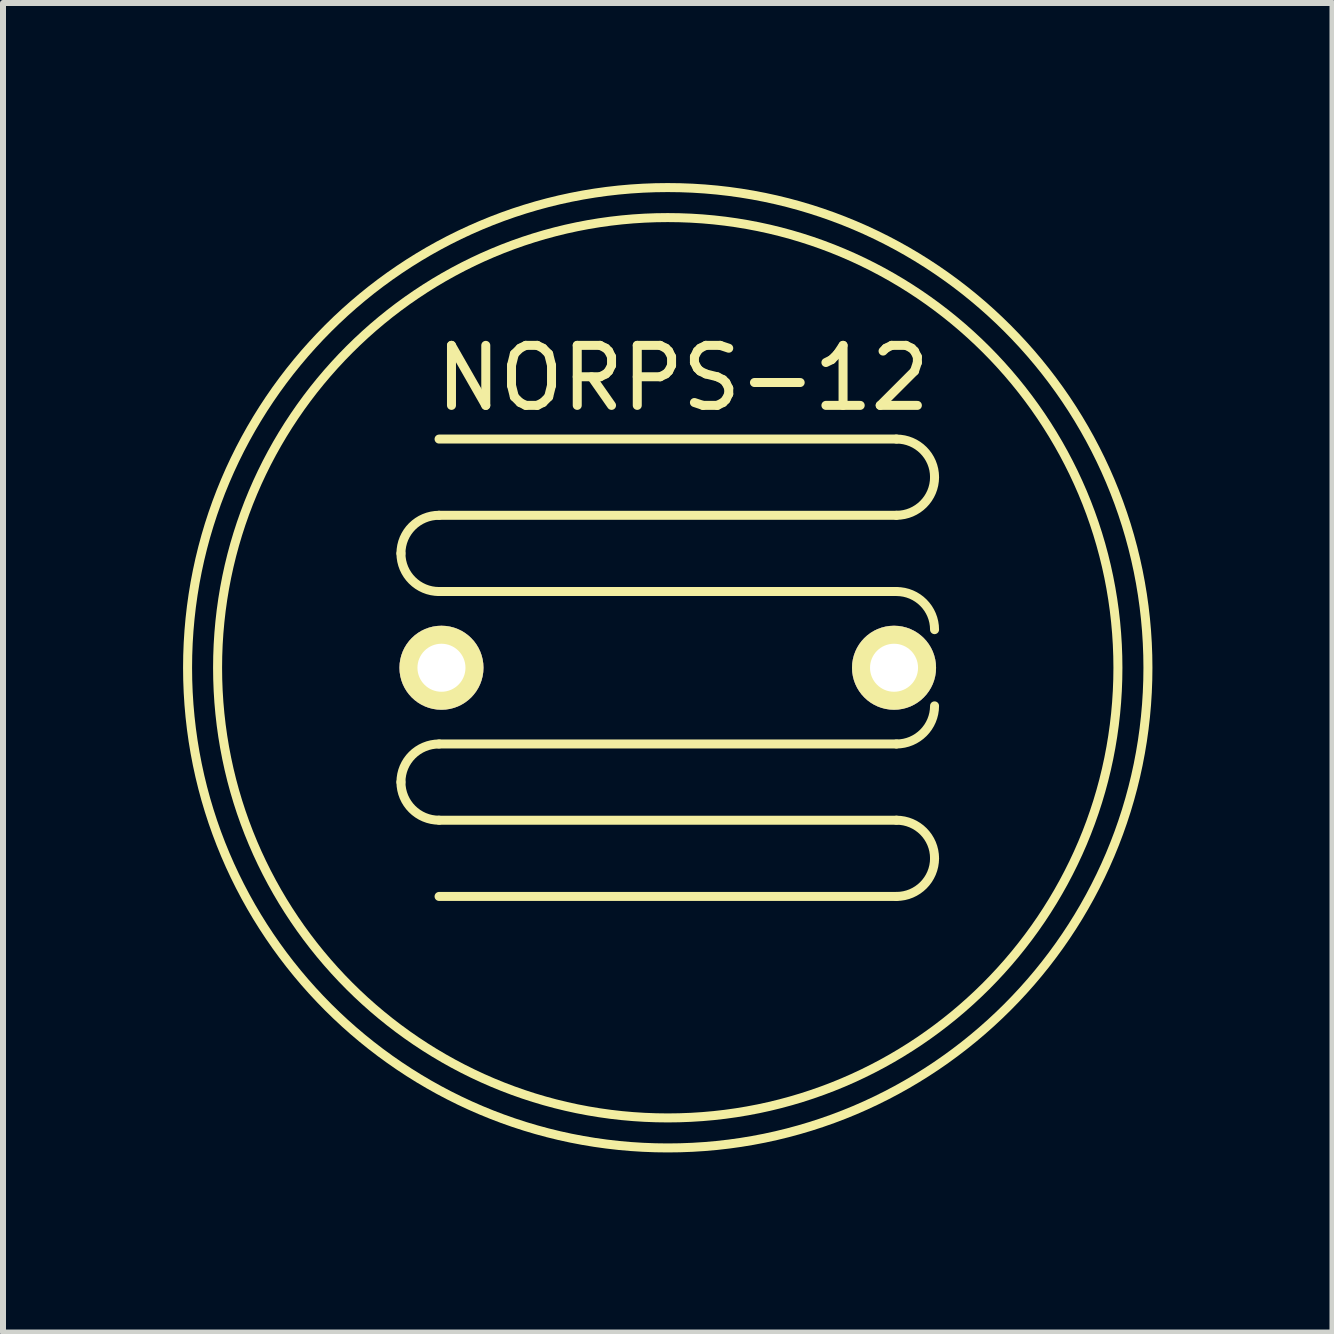
<source format=kicad_pcb>
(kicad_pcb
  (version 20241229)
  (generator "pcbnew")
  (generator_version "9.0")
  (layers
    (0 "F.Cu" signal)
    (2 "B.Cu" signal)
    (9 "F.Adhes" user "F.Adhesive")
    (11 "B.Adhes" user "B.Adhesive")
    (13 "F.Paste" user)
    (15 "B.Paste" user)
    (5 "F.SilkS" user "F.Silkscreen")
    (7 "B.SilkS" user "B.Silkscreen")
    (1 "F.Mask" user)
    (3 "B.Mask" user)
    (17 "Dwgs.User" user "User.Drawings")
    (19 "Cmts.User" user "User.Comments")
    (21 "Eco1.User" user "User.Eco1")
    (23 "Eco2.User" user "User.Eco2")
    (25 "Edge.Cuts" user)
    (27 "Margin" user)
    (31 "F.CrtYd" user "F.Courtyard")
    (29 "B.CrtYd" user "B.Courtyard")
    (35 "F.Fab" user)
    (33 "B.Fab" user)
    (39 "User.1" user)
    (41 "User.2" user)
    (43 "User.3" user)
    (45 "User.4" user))
  (footprint "NORPS-12"
    (layer "F.Cu")
    (at 8.075 8.075)
    (property "Reference" "NORPS-12" (at 0.254 -4.826 0) (layer "F.SilkS") (effects (font (size 1 1) (thickness 0.15))))
    (attr through_hole)
    (fp_line (start -3.81 -2.54) (end 3.81 -2.54) (stroke (width 0.15) (type solid)) (layer "F.SilkS"))
    (fp_line (start -3.81 2.54) (end 3.81 2.54) (stroke (width 0.15) (type solid)) (layer "F.SilkS"))
    (fp_line (start 3.81 -3.81) (end -3.81 -3.81) (stroke (width 0.15) (type solid)) (layer "F.SilkS"))
    (fp_line (start 3.81 -1.27) (end -3.81 -1.27) (stroke (width 0.15) (type solid)) (layer "F.SilkS"))
    (fp_line (start 3.81 1.27) (end -3.81 1.27) (stroke (width 0.15) (type solid)) (layer "F.SilkS"))
    (fp_line (start 3.81 3.81) (end -3.81 3.81) (stroke (width 0.15) (type solid)) (layer "F.SilkS"))
    (fp_arc (start -4.445 -1.905) (mid -4.259013 -2.354013) (end -3.81 -2.54) (stroke (width 0.15) (type solid)) (layer "F.SilkS"))
    (fp_arc (start -4.445 1.905) (mid -4.259013 1.455987) (end -3.81 1.27) (stroke (width 0.15) (type solid)) (layer "F.SilkS"))
    (fp_arc (start -3.81 -1.27) (mid -4.259013 -1.455987) (end -4.445 -1.905) (stroke (width 0.15) (type solid)) (layer "F.SilkS"))
    (fp_arc (start -3.81 2.54) (mid -4.259013 2.354013) (end -4.445 1.905) (stroke (width 0.15) (type solid)) (layer "F.SilkS"))
    (fp_arc (start 3.81 -3.81) (mid 4.259013 -3.624013) (end 4.445 -3.175) (stroke (width 0.15) (type solid)) (layer "F.SilkS"))
    (fp_arc (start 3.81 -1.27) (mid 4.259013 -1.084013) (end 4.445 -0.635) (stroke (width 0.15) (type solid)) (layer "F.SilkS"))
    (fp_arc (start 3.81 2.54) (mid 4.259013 2.725987) (end 4.445 3.175) (stroke (width 0.15) (type solid)) (layer "F.SilkS"))
    (fp_arc (start 4.445 -3.175) (mid 4.259013 -2.725987) (end 3.81 -2.54) (stroke (width 0.15) (type solid)) (layer "F.SilkS"))
    (fp_arc (start 4.445 0.635) (mid 4.259013 1.084013) (end 3.81 1.27) (stroke (width 0.15) (type solid)) (layer "F.SilkS"))
    (fp_arc (start 4.445 3.175) (mid 4.259013 3.624013) (end 3.81 3.81) (stroke (width 0.15) (type solid)) (layer "F.SilkS"))
    (fp_circle (center 0 0) (end 7.5 0) (stroke (width 0.15) (type solid)) (fill no) (layer "F.SilkS"))
    (fp_circle (center 0 0) (end 8 0) (stroke (width 0.15) (type solid)) (fill no) (layer "F.SilkS"))
    (pad "1" thru_hole circle (at 3.77 0) (size 1.4 1.4) (drill 0.8) (layers "*.Cu" "*.Mask" "F.SilkS"))
    (pad "2" thru_hole circle (at -3.77 0) (size 1.4 1.4) (drill 0.8) (layers "*.Cu" "*.Mask" "F.SilkS")))
  (gr_rect
    (start -3 -3)
    (end 19.15 19.15)
    (stroke (width 0.1) (type default))
    (fill no)
    (layer "Edge.Cuts")))
</source>
